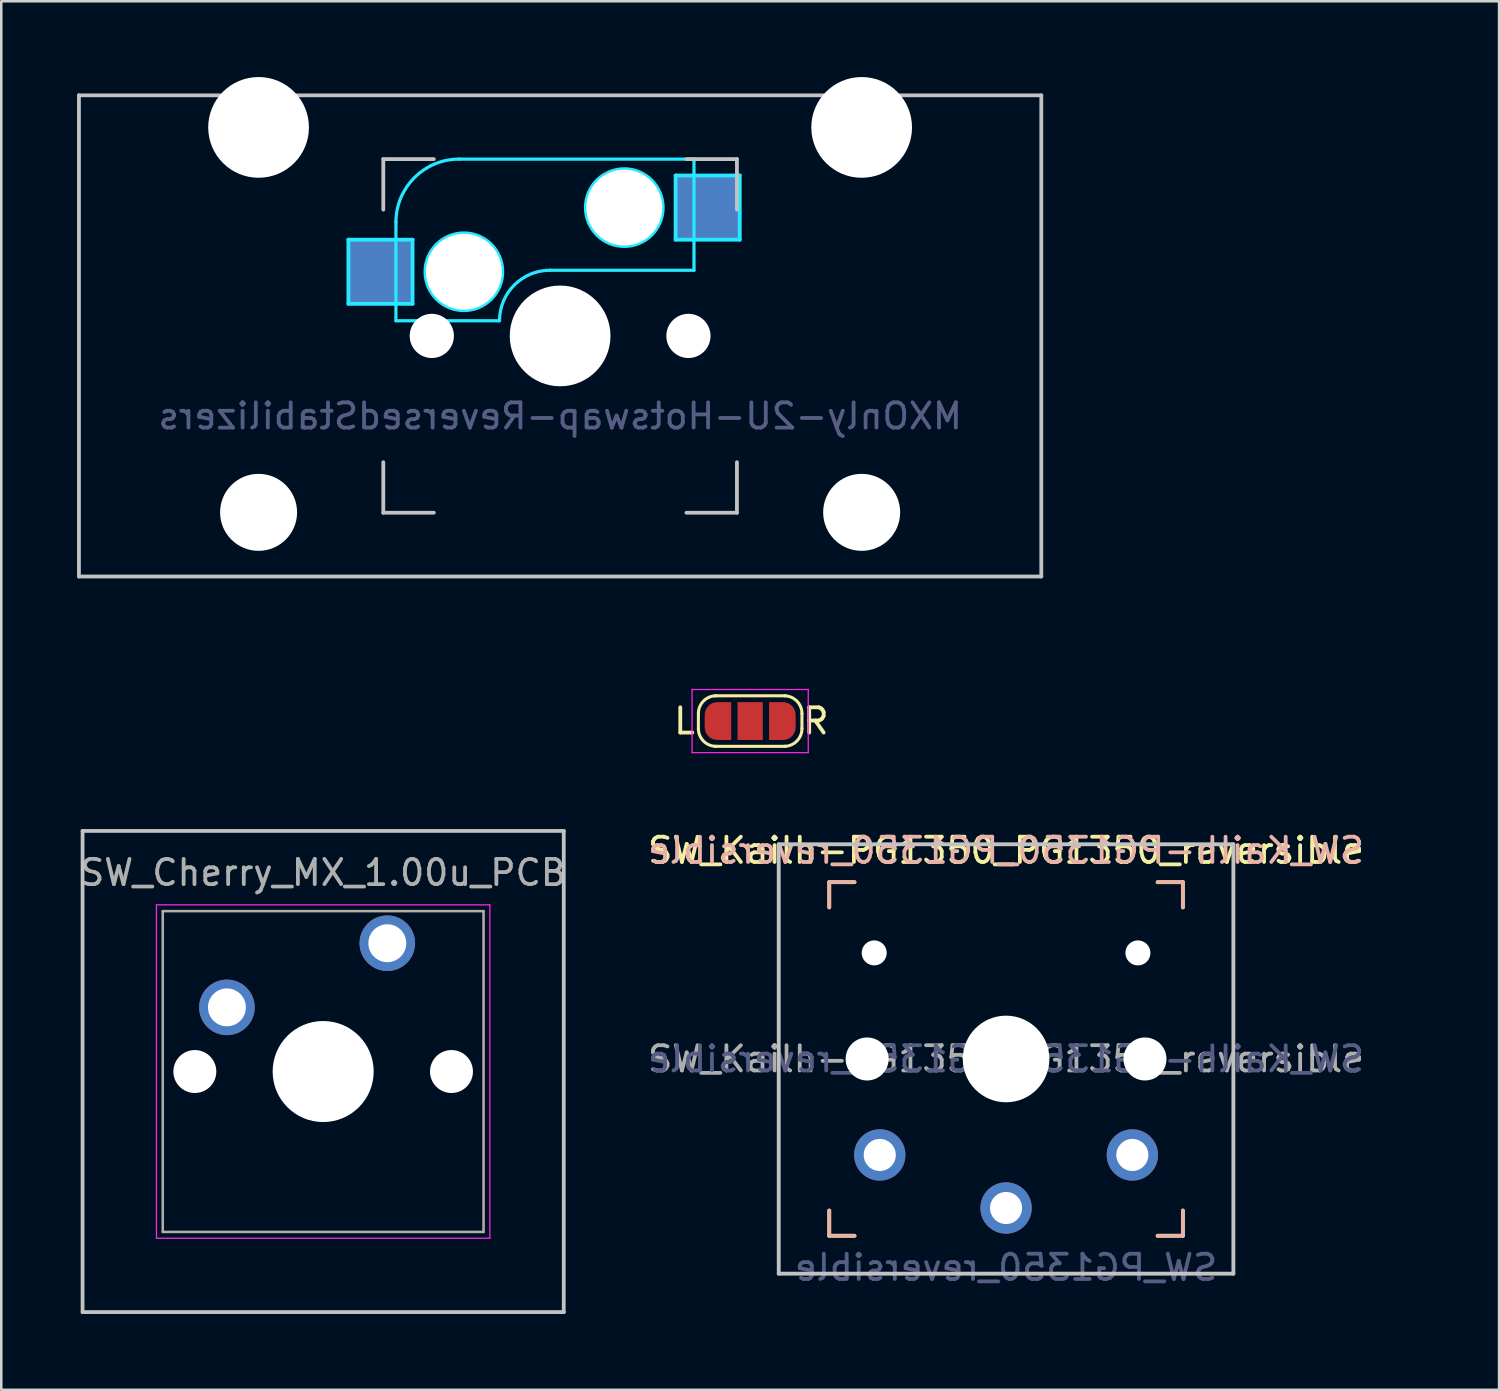
<source format=kicad_pcb>
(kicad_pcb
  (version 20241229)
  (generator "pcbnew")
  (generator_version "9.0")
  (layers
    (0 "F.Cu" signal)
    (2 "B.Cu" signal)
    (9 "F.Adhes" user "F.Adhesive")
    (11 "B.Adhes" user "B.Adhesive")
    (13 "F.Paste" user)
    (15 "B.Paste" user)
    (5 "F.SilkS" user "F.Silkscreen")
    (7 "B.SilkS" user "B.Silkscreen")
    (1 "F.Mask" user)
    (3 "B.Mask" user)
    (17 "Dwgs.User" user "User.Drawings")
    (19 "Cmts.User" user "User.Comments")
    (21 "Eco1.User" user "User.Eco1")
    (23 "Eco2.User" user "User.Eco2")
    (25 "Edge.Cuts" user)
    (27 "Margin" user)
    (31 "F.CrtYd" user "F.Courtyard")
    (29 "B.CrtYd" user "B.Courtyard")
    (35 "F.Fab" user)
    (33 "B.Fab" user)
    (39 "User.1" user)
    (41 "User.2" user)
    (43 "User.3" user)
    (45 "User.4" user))
  (footprint "SolderJumper-3_P1.3mm_Open_RoundedPad1.0x1.5mm_NumberLabels"
    (layer "F.Cu")
    (at 26.649 25.497)
    (property "Reference" "SolderJumper-3_P1.3mm_Open_RoundedPad1.0x1.5mm_NumberLabels" (at 0 -1.8 0) (layer "User.2") (effects (font (size 1 1) (thickness 0.15))))
    (attr exclude_from_pos_files exclude_from_bom)
    (fp_line (start -2.05 0.3) (end -2.05 -0.3) (stroke (width 0.12) (type solid)) (layer "F.SilkS"))
    (fp_line (start -1.4 -1) (end 1.4 -1) (stroke (width 0.12) (type solid)) (layer "F.SilkS"))
    (fp_line (start 1.4 1) (end -1.4 1) (stroke (width 0.12) (type solid)) (layer "F.SilkS"))
    (fp_line (start 2.05 -0.3) (end 2.05 0.3) (stroke (width 0.12) (type solid)) (layer "F.SilkS"))
    (fp_arc (start -2.05 -0.3) (mid -1.844975 -0.794975) (end -1.35 -1) (stroke (width 0.12) (type solid)) (layer "F.SilkS"))
    (fp_arc (start -1.35 1) (mid -1.844975 0.794975) (end -2.05 0.3) (stroke (width 0.12) (type solid)) (layer "F.SilkS"))
    (fp_arc (start 1.35 -1) (mid 1.844975 -0.794975) (end 2.05 -0.3) (stroke (width 0.12) (type solid)) (layer "F.SilkS"))
    (fp_arc (start 2.05 0.3) (mid 1.844975 0.794975) (end 1.35 1) (stroke (width 0.12) (type solid)) (layer "F.SilkS"))
    (fp_line (start -2.3 -1.25) (end -2.3 1.25) (stroke (width 0.05) (type solid)) (layer "F.CrtYd"))
    (fp_line (start -2.3 -1.25) (end 2.3 -1.25) (stroke (width 0.05) (type solid)) (layer "F.CrtYd"))
    (fp_line (start 2.3 1.25) (end -2.3 1.25) (stroke (width 0.05) (type solid)) (layer "F.CrtYd"))
    (fp_line (start 2.3 1.25) (end 2.3 -1.25) (stroke (width 0.05) (type solid)) (layer "F.CrtYd"))
    (fp_text user "L" (at -2.6 0 0) (layer "F.SilkS") (effects (font (size 1 1) (thickness 0.15))))
    (fp_text user "R" (at 2.6 0 0) (layer "F.SilkS") (effects (font (size 1 1) (thickness 0.15))))
    (pad "1" smd custom (at -1.3 0) (size 1 0.5) (layers "F.Cu" "F.Mask") (options (anchor rect)) (primitives (gr_circle (center 0 0.25) (end 0.5 0.25) (width 0) (fill yes)) (gr_circle (center 0 -0.25) (end 0.5 -0.25) (width 0) (fill yes)) (gr_poly (pts (xy 0.55 0.75) (xy 0 0.75) (xy 0 -0.75) (xy 0.55 -0.75)) (width 0) (fill yes))))
    (pad "2" smd rect (at 0 0) (size 1 1.5) (layers "F.Cu" "F.Mask"))
    (pad "3" smd custom (at 1.3 0) (size 1 0.5) (layers "F.Cu" "F.Mask") (options (anchor rect)) (primitives (gr_circle (center 0 0.25) (end 0.5 0.25) (width 0) (fill yes)) (gr_circle (center 0 -0.25) (end 0.5 -0.25) (width 0) (fill yes)) (gr_poly (pts (xy 0 0.75) (xy -0.55 0.75) (xy -0.55 -0.75) (xy 0 -0.75)) (width 0) (fill yes)))))
  (footprint "SW_Cherry_MX_1.00u_PCB"
    (layer "F.Cu")
    (at 12.284 34.292)
    (property "Reference" "SW_Cherry_MX_1.00u_PCB" (at -2.54 -2.794 0) (layer "User.3") (effects (font (size 1 1) (thickness 0.15))))
    (attr through_hole)
    (fp_line (start -12.065 -4.445) (end 6.985 -4.445) (stroke (width 0.15) (type solid)) (layer "Dwgs.User"))
    (fp_line (start -12.065 14.605) (end -12.065 -4.445) (stroke (width 0.15) (type solid)) (layer "Dwgs.User"))
    (fp_line (start 6.985 -4.445) (end 6.985 14.605) (stroke (width 0.15) (type solid)) (layer "Dwgs.User"))
    (fp_line (start 6.985 14.605) (end -12.065 14.605) (stroke (width 0.15) (type solid)) (layer "Dwgs.User"))
    (fp_line (start -9.14 -1.52) (end 4.06 -1.52) (stroke (width 0.05) (type solid)) (layer "F.CrtYd"))
    (fp_line (start -9.14 11.68) (end -9.14 -1.52) (stroke (width 0.05) (type solid)) (layer "F.CrtYd"))
    (fp_line (start 4.06 -1.52) (end 4.06 11.68) (stroke (width 0.05) (type solid)) (layer "F.CrtYd"))
    (fp_line (start 4.06 11.68) (end -9.14 11.68) (stroke (width 0.05) (type solid)) (layer "F.CrtYd"))
    (fp_line (start -8.89 -1.27) (end 3.81 -1.27) (stroke (width 0.1) (type solid)) (layer "F.Fab"))
    (fp_line (start -8.89 11.43) (end -8.89 -1.27) (stroke (width 0.1) (type solid)) (layer "F.Fab"))
    (fp_line (start 3.81 -1.27) (end 3.81 11.43) (stroke (width 0.1) (type solid)) (layer "F.Fab"))
    (fp_line (start 3.81 11.43) (end -8.89 11.43) (stroke (width 0.1) (type solid)) (layer "F.Fab"))
    (fp_line (start -9.525 -1.905) (end 4.445 -1.905) (stroke (width 0.12) (type solid)) (layer "User.3"))
    (fp_line (start -9.525 12.065) (end -9.525 -1.905) (stroke (width 0.12) (type solid)) (layer "User.3"))
    (fp_line (start 4.445 -1.905) (end 4.445 12.065) (stroke (width 0.12) (type solid)) (layer "User.3"))
    (fp_line (start 4.445 12.065) (end -9.525 12.065) (stroke (width 0.12) (type solid)) (layer "User.3"))
    (fp_text user "${REFERENCE}" (at -2.54 -2.794 0) (layer "F.Fab") (effects (font (size 1 1) (thickness 0.15))))
    (pad "" np_thru_hole circle (at -7.62 5.08) (size 1.7 1.7) (drill 1.7) (layers "*.Cu" "*.Mask"))
    (pad "" np_thru_hole circle (at -2.54 5.08) (size 4 4) (drill 4) (layers "*.Cu" "*.Mask"))
    (pad "" np_thru_hole circle (at 2.54 5.08) (size 1.7 1.7) (drill 1.7) (layers "*.Cu" "*.Mask"))
    (pad "1" thru_hole circle (at 0 0) (size 2.2 2.2) (drill 1.5) (layers "*.Cu" "*.Mask"))
    (pad "2" thru_hole circle (at -6.35 2.54) (size 2.2 2.2) (drill 1.5) (layers "*.Cu" "*.Mask")))
  (footprint "SW_Kailh-PG1350_PG1350_reversible"
    (layer "F.Cu")
    (at 36.78 38.875)
    (property "Reference" "SW_Kailh-PG1350_PG1350_reversible" (at 0 -8.255 0) (layer "F.SilkS") (effects (font (size 1 1) (thickness 0.15))))
    (property "Value" "SW_PG1350_reversible" (at 0 8.255 0) (layer "F.Fab") (hide yes) (effects (font (size 1 1) (thickness 0.15))))
    (attr through_hole)
    (fp_line (start -7 -7) (end -6 -7) (stroke (width 0.15) (type solid)) (layer "F.SilkS"))
    (fp_line (start -7 -6) (end -7 -7) (stroke (width 0.15) (type solid)) (layer "F.SilkS"))
    (fp_line (start -7 7) (end -7 6) (stroke (width 0.15) (type solid)) (layer "F.SilkS"))
    (fp_line (start -6 7) (end -7 7) (stroke (width 0.15) (type solid)) (layer "F.SilkS"))
    (fp_line (start 6 -7) (end 7 -7) (stroke (width 0.15) (type solid)) (layer "F.SilkS"))
    (fp_line (start 7 -7) (end 7 -6) (stroke (width 0.15) (type solid)) (layer "F.SilkS"))
    (fp_line (start 7 6) (end 7 7) (stroke (width 0.15) (type solid)) (layer "F.SilkS"))
    (fp_line (start 7 7) (end 6 7) (stroke (width 0.15) (type solid)) (layer "F.SilkS"))
    (fp_line (start -7 -7) (end -6 -7) (stroke (width 0.15) (type solid)) (layer "B.SilkS"))
    (fp_line (start -7 -6) (end -7 -7) (stroke (width 0.15) (type solid)) (layer "B.SilkS"))
    (fp_line (start -7 7) (end -7 6) (stroke (width 0.15) (type solid)) (layer "B.SilkS"))
    (fp_line (start -6 7) (end -7 7) (stroke (width 0.15) (type solid)) (layer "B.SilkS"))
    (fp_line (start 6 -7) (end 7 -7) (stroke (width 0.15) (type solid)) (layer "B.SilkS"))
    (fp_line (start 7 -7) (end 7 -6) (stroke (width 0.15) (type solid)) (layer "B.SilkS"))
    (fp_line (start 7 6) (end 7 7) (stroke (width 0.15) (type solid)) (layer "B.SilkS"))
    (fp_line (start 7 7) (end 6 7) (stroke (width 0.15) (type solid)) (layer "B.SilkS"))
    (fp_line (start -9 -8.5) (end 9 -8.5) (stroke (width 0.152) (type solid)) (layer "Dwgs.User"))
    (fp_line (start -9 8.5) (end -9 -8.5) (stroke (width 0.152) (type solid)) (layer "Dwgs.User"))
    (fp_line (start 9 -8.5) (end 9 8.5) (stroke (width 0.152) (type solid)) (layer "Dwgs.User"))
    (fp_line (start 9 8.5) (end -9 8.5) (stroke (width 0.152) (type solid)) (layer "Dwgs.User"))
    (fp_line (start -6.9 6.9) (end -6.9 -6.9) (stroke (width 0.15) (type solid)) (layer "Eco2.User"))
    (fp_line (start -6.9 6.9) (end 6.9 6.9) (stroke (width 0.15) (type solid)) (layer "Eco2.User"))
    (fp_line (start -2.6 -3.1) (end -2.6 -6.3) (stroke (width 0.15) (type solid)) (layer "Eco2.User"))
    (fp_line (start -2.6 -3.1) (end 2.6 -3.1) (stroke (width 0.15) (type solid)) (layer "Eco2.User"))
    (fp_line (start 2.6 -6.3) (end -2.6 -6.3) (stroke (width 0.15) (type solid)) (layer "Eco2.User"))
    (fp_line (start 2.6 -3.1) (end 2.6 -6.3) (stroke (width 0.15) (type solid)) (layer "Eco2.User"))
    (fp_line (start 6.9 -6.9) (end -6.9 -6.9) (stroke (width 0.15) (type solid)) (layer "Eco2.User"))
    (fp_line (start 6.9 -6.9) (end 6.9 6.9) (stroke (width 0.15) (type solid)) (layer "Eco2.User"))
    (fp_text user "${REFERENCE}" (at 0 -8.255 0) (layer "B.SilkS") (effects (font (size 1 1) (thickness 0.15)) (justify mirror)))
    (fp_text user "${VALUE}" (at 0 8.255 0) (layer "B.Fab") (effects (font (size 1 1) (thickness 0.15)) (justify mirror)))
    (fp_text user "${REFERENCE}" (at 0 0 0) (layer "B.Fab") (effects (font (size 1 1) (thickness 0.15)) (justify mirror)))
    (fp_text user "${REFERENCE}" (at 0 0 0) (layer "F.Fab") (effects (font (size 1 1) (thickness 0.15))))
    (pad "" np_thru_hole circle (at -5.5 0) (size 1.702 1.702) (drill 1.702) (layers "*.Cu" "*.Mask"))
    (pad "" np_thru_hole circle (at -5.22 -4.2) (size 0.991 0.991) (drill 0.991) (layers "*.Cu" "*.Mask"))
    (pad "" np_thru_hole circle (at 0 0) (size 3.429 3.429) (drill 3.429) (layers "*.Cu" "*.Mask"))
    (pad "" np_thru_hole circle (at 5.22 -4.2) (size 0.991 0.991) (drill 0.991) (layers "*.Cu" "*.Mask"))
    (pad "" np_thru_hole circle (at 5.5 0) (size 1.702 1.702) (drill 1.702) (layers "*.Cu" "*.Mask"))
    (pad "1" thru_hole circle (at 0 5.9) (size 2.032 2.032) (drill 1.27) (layers "*.Cu" "*.Mask"))
    (pad "2" thru_hole circle (at -5 3.8) (size 2.032 2.032) (drill 1.27) (layers "*.Cu" "*.Mask"))
    (pad "2" thru_hole circle (at 5 3.8) (size 2.032 2.032) (drill 1.27) (layers "*.Cu" "*.Mask")))
  (footprint "MXOnly-2U-Hotswap-ReversedStabilizers"
    (layer "F.Cu")
    (at 19.125 10.249)
    (property "Reference" "MXOnly-2U-Hotswap-ReversedStabilizers" (at 0 3.175 0) (layer "B.Fab") (effects (font (size 1 1) (thickness 0.15)) (justify mirror)))
    (attr smd)
    (fp_line (start -19.05 -9.525) (end 19.05 -9.525) (stroke (width 0.15) (type solid)) (layer "Dwgs.User"))
    (fp_line (start -19.05 9.525) (end -19.05 -9.525) (stroke (width 0.15) (type solid)) (layer "Dwgs.User"))
    (fp_line (start -7 -7) (end -7 -5) (stroke (width 0.15) (type solid)) (layer "Dwgs.User"))
    (fp_line (start -7 5) (end -7 7) (stroke (width 0.15) (type solid)) (layer "Dwgs.User"))
    (fp_line (start -7 7) (end -5 7) (stroke (width 0.15) (type solid)) (layer "Dwgs.User"))
    (fp_line (start -5 -7) (end -7 -7) (stroke (width 0.15) (type solid)) (layer "Dwgs.User"))
    (fp_line (start 5 -7) (end 7 -7) (stroke (width 0.15) (type solid)) (layer "Dwgs.User"))
    (fp_line (start 5 7) (end 7 7) (stroke (width 0.15) (type solid)) (layer "Dwgs.User"))
    (fp_line (start 7 -7) (end 7 -5) (stroke (width 0.15) (type solid)) (layer "Dwgs.User"))
    (fp_line (start 7 7) (end 7 5) (stroke (width 0.15) (type solid)) (layer "Dwgs.User"))
    (fp_line (start 19.05 -9.525) (end 19.05 9.525) (stroke (width 0.15) (type solid)) (layer "Dwgs.User"))
    (fp_line (start 19.05 9.525) (end -19.05 9.525) (stroke (width 0.15) (type solid)) (layer "Dwgs.User"))
    (fp_line (start -8.382 -3.81) (end -5.842 -3.81) (stroke (width 0.15) (type solid)) (layer "B.CrtYd"))
    (fp_line (start -8.382 -1.27) (end -8.382 -3.81) (stroke (width 0.15) (type solid)) (layer "B.CrtYd"))
    (fp_line (start -6.5 -4.5) (end -6.5 -0.6) (stroke (width 0.127) (type solid)) (layer "B.CrtYd"))
    (fp_line (start -6.5 -0.6) (end -2.4 -0.6) (stroke (width 0.127) (type solid)) (layer "B.CrtYd"))
    (fp_line (start -5.842 -3.81) (end -5.842 -1.27) (stroke (width 0.15) (type solid)) (layer "B.CrtYd"))
    (fp_line (start -5.842 -1.27) (end -8.382 -1.27) (stroke (width 0.15) (type solid)) (layer "B.CrtYd"))
    (fp_line (start -0.4 -2.6) (end 5.3 -2.6) (stroke (width 0.127) (type solid)) (layer "B.CrtYd"))
    (fp_line (start 4.572 -6.35) (end 7.112 -6.35) (stroke (width 0.15) (type solid)) (layer "B.CrtYd"))
    (fp_line (start 4.572 -3.81) (end 4.572 -6.35) (stroke (width 0.15) (type solid)) (layer "B.CrtYd"))
    (fp_line (start 5.3 -7) (end -4 -7) (stroke (width 0.127) (type solid)) (layer "B.CrtYd"))
    (fp_line (start 5.3 -7) (end 5.3 -2.6) (stroke (width 0.127) (type solid)) (layer "B.CrtYd"))
    (fp_line (start 7.112 -6.35) (end 7.112 -3.81) (stroke (width 0.15) (type solid)) (layer "B.CrtYd"))
    (fp_line (start 7.112 -3.81) (end 4.572 -3.81) (stroke (width 0.15) (type solid)) (layer "B.CrtYd"))
    (fp_arc (start -6.5 -4.5) (mid -5.767767 -6.267767) (end -4 -7) (stroke (width 0.127) (type solid)) (layer "B.CrtYd"))
    (fp_arc (start -2.4 -0.6) (mid -1.814214 -2.014214) (end -0.4 -2.6) (stroke (width 0.127) (type solid)) (layer "B.CrtYd"))
    (fp_circle (center -3.81 -2.54) (end -3.81 -4.064) (stroke (width 0.15) (type solid)) (fill no) (layer "B.CrtYd"))
    (fp_circle (center 2.54 -5.08) (end 2.54 -6.604) (stroke (width 0.15) (type solid)) (fill no) (layer "B.CrtYd"))
    (pad "" np_thru_hole circle (at -11.938 -8.255) (size 3.988 3.988) (drill 3.988) (layers "*.Cu" "*.Mask"))
    (pad "" np_thru_hole circle (at -11.938 6.985) (size 3.048 3.048) (drill 3.048) (layers "*.Cu" "*.Mask"))
    (pad "" np_thru_hole circle (at -5.08 0 48.1) (size 1.75 1.75) (drill 1.75) (layers "*.Cu" "*.Mask"))
    (pad "" np_thru_hole circle (at -3.81 -2.54) (size 3 3) (drill 3) (layers "*.Cu" "*.Mask"))
    (pad "" np_thru_hole circle (at 0 0) (size 3.988 3.988) (drill 3.988) (layers "*.Cu" "*.Mask"))
    (pad "" np_thru_hole circle (at 2.54 -5.08) (size 3 3) (drill 3) (layers "*.Cu" "*.Mask"))
    (pad "" np_thru_hole circle (at 5.08 0 48.1) (size 1.75 1.75) (drill 1.75) (layers "*.Cu" "*.Mask"))
    (pad "" np_thru_hole circle (at 11.938 -8.255) (size 3.988 3.988) (drill 3.988) (layers "*.Cu" "*.Mask"))
    (pad "" np_thru_hole circle (at 11.938 6.985) (size 3.048 3.048) (drill 3.048) (layers "*.Cu" "*.Mask"))
    (pad "1" smd rect (at -7.085 -2.54) (size 2.55 2.5) (layers "B.Cu" "B.Mask" "B.Paste"))
    (pad "2" smd rect (at 5.842 -5.08) (size 2.55 2.5) (layers "B.Cu" "B.Mask" "B.Paste")))
  (gr_rect
    (start -3 -3)
    (end 56.298 51.972)
    (stroke (width 0.1) (type default))
    (fill no)
    (layer "Edge.Cuts")))
</source>
